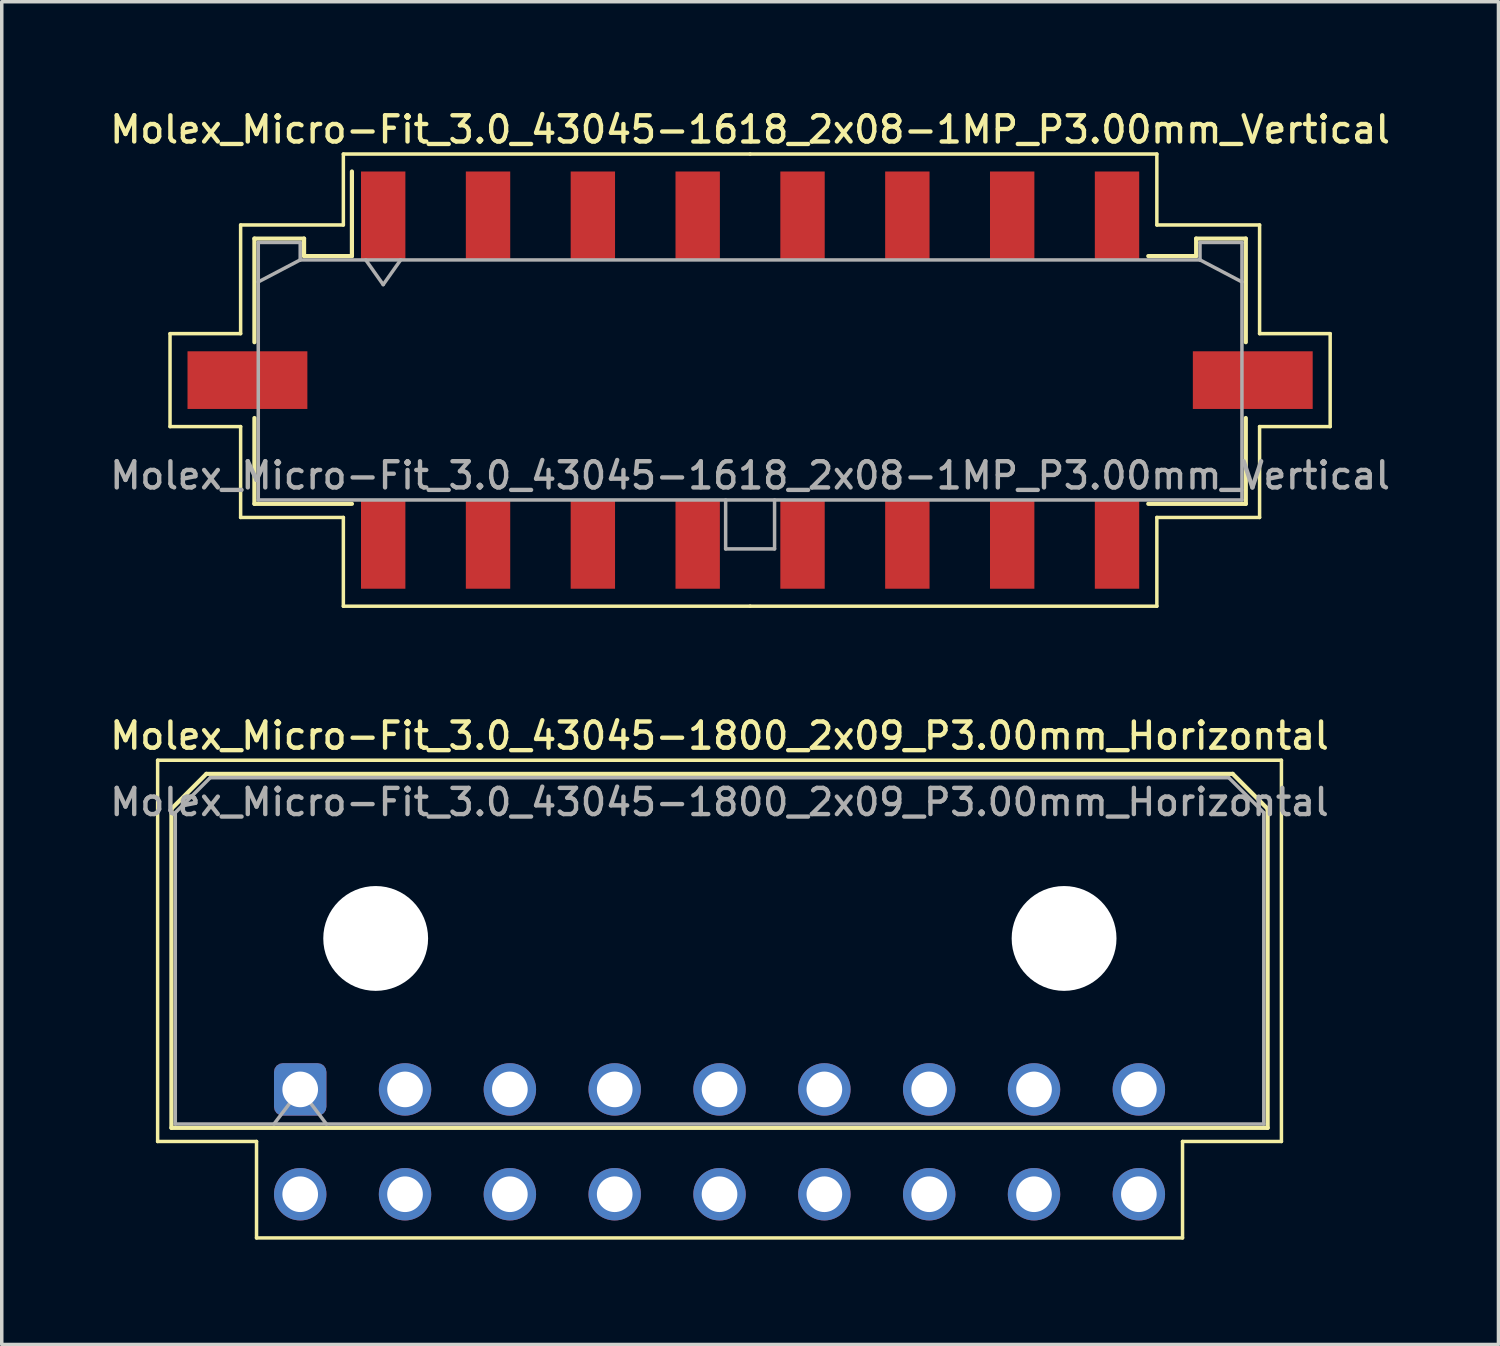
<source format=kicad_pcb>
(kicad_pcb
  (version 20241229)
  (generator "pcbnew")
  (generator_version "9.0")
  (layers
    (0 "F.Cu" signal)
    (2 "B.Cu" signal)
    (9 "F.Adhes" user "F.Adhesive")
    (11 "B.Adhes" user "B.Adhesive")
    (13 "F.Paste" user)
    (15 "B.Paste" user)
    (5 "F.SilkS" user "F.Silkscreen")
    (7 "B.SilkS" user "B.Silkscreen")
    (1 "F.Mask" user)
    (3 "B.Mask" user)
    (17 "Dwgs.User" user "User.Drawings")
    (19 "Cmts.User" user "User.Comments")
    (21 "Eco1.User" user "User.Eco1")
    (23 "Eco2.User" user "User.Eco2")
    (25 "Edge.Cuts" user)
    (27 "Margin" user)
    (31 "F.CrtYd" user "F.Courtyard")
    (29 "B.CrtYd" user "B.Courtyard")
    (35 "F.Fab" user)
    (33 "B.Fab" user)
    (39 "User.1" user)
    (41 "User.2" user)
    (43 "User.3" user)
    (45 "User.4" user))
  (footprint "Molex_Micro-Fit_3.0_43045-1800_2x09_P3.00mm_Horizontal"
    (layer "F.Cu")
    (at 5.541 28.126)
    (property "Reference" "Molex_Micro-Fit_3.0_43045-1800_2x09_P3.00mm_Horizontal" (at 12 -10.12 0) (layer "F.SilkS") (effects (font (size 0.75 0.75) (thickness 0.125))))
    (attr through_hole)
    (fp_line (start -4.08 -9.42) (end 28.08 -9.42) (stroke (width 0.1) (type solid)) (layer "F.SilkS"))
    (fp_line (start -4.08 1.49) (end -4.08 -9.42) (stroke (width 0.1) (type solid)) (layer "F.SilkS"))
    (fp_line (start -3.685 -8.03) (end -2.685 -9.03) (stroke (width 0.12) (type solid)) (layer "F.SilkS"))
    (fp_line (start -3.685 1.1) (end -3.685 -8.03) (stroke (width 0.12) (type solid)) (layer "F.SilkS"))
    (fp_line (start -2.685 -9.03) (end 26.685 -9.03) (stroke (width 0.12) (type solid)) (layer "F.SilkS"))
    (fp_line (start -1.25 1.49) (end -4.08 1.49) (stroke (width 0.1) (type solid)) (layer "F.SilkS"))
    (fp_line (start -1.25 4.25) (end -1.25 1.49) (stroke (width 0.1) (type solid)) (layer "F.SilkS"))
    (fp_line (start 25.25 1.49) (end 25.25 4.25) (stroke (width 0.1) (type solid)) (layer "F.SilkS"))
    (fp_line (start 25.25 4.25) (end -1.25 4.25) (stroke (width 0.1) (type solid)) (layer "F.SilkS"))
    (fp_line (start 26.685 -9.03) (end 27.685 -8.03) (stroke (width 0.12) (type solid)) (layer "F.SilkS"))
    (fp_line (start 27.685 -8.03) (end 27.685 1.1) (stroke (width 0.12) (type solid)) (layer "F.SilkS"))
    (fp_line (start 27.685 1.1) (end -3.685 1.1) (stroke (width 0.12) (type solid)) (layer "F.SilkS"))
    (fp_line (start 28.08 -9.42) (end 28.08 1.49) (stroke (width 0.1) (type solid)) (layer "F.SilkS"))
    (fp_line (start 28.08 1.49) (end 25.25 1.49) (stroke (width 0.1) (type solid)) (layer "F.SilkS"))
    (fp_line (start -3.575 -7.92) (end -2.575 -8.92) (stroke (width 0.1) (type solid)) (layer "F.Fab"))
    (fp_line (start -3.575 0.99) (end -3.575 -7.92) (stroke (width 0.1) (type solid)) (layer "F.Fab"))
    (fp_line (start -2.575 -8.92) (end 26.575 -8.92) (stroke (width 0.1) (type solid)) (layer "F.Fab"))
    (fp_line (start -0.75 0.99) (end 0 0) (stroke (width 0.1) (type solid)) (layer "F.Fab"))
    (fp_line (start 0 0) (end 0.75 0.99) (stroke (width 0.1) (type solid)) (layer "F.Fab"))
    (fp_line (start 26.575 -8.92) (end 27.575 -7.92) (stroke (width 0.1) (type solid)) (layer "F.Fab"))
    (fp_line (start 27.575 -7.92) (end 27.575 0.99) (stroke (width 0.1) (type solid)) (layer "F.Fab"))
    (fp_line (start 27.575 0.99) (end -3.575 0.99) (stroke (width 0.1) (type solid)) (layer "F.Fab"))
    (fp_text user "${REFERENCE}" (at 12 -8.22 0) (layer "F.Fab") (effects (font (size 0.75 0.75) (thickness 0.125))))
    (pad "" np_thru_hole circle (at 2.16 -4.32) (size 3 3) (drill 3) (layers "*.Cu" "*.Mask"))
    (pad "" np_thru_hole circle (at 21.86 -4.32) (size 3 3) (drill 3) (layers "*.Cu" "*.Mask"))
    (pad "1" thru_hole roundrect (at 0 0) (size 1.5 1.5) (drill 1.02) (layers "*.Cu" "*.Mask") (roundrect_rratio 0.167))
    (pad "2" thru_hole circle (at 3 0) (size 1.5 1.5) (drill 1.02) (layers "*.Cu" "*.Mask"))
    (pad "3" thru_hole circle (at 6 0) (size 1.5 1.5) (drill 1.02) (layers "*.Cu" "*.Mask"))
    (pad "4" thru_hole circle (at 9 0) (size 1.5 1.5) (drill 1.02) (layers "*.Cu" "*.Mask"))
    (pad "5" thru_hole circle (at 12 0) (size 1.5 1.5) (drill 1.02) (layers "*.Cu" "*.Mask"))
    (pad "6" thru_hole circle (at 15 0) (size 1.5 1.5) (drill 1.02) (layers "*.Cu" "*.Mask"))
    (pad "7" thru_hole circle (at 18 0) (size 1.5 1.5) (drill 1.02) (layers "*.Cu" "*.Mask"))
    (pad "8" thru_hole circle (at 21 0) (size 1.5 1.5) (drill 1.02) (layers "*.Cu" "*.Mask"))
    (pad "9" thru_hole circle (at 24 0) (size 1.5 1.5) (drill 1.02) (layers "*.Cu" "*.Mask"))
    (pad "10" thru_hole circle (at 0 3) (size 1.5 1.5) (drill 1.02) (layers "*.Cu" "*.Mask"))
    (pad "11" thru_hole circle (at 3 3) (size 1.5 1.5) (drill 1.02) (layers "*.Cu" "*.Mask"))
    (pad "12" thru_hole circle (at 6 3) (size 1.5 1.5) (drill 1.02) (layers "*.Cu" "*.Mask"))
    (pad "13" thru_hole circle (at 9 3) (size 1.5 1.5) (drill 1.02) (layers "*.Cu" "*.Mask"))
    (pad "14" thru_hole circle (at 12 3) (size 1.5 1.5) (drill 1.02) (layers "*.Cu" "*.Mask"))
    (pad "15" thru_hole circle (at 15 3) (size 1.5 1.5) (drill 1.02) (layers "*.Cu" "*.Mask"))
    (pad "16" thru_hole circle (at 18 3) (size 1.5 1.5) (drill 1.02) (layers "*.Cu" "*.Mask"))
    (pad "17" thru_hole circle (at 21 3) (size 1.5 1.5) (drill 1.02) (layers "*.Cu" "*.Mask"))
    (pad "18" thru_hole circle (at 24 3) (size 1.5 1.5) (drill 1.02) (layers "*.Cu" "*.Mask")))
  (footprint "Molex_Micro-Fit_3.0_43045-1618_2x08-1MP_P3.00mm_Vertical"
    (layer "F.Cu")
    (at 18.416 7.828)
    (property "Reference" "Molex_Micro-Fit_3.0_43045-1618_2x08-1MP_P3.00mm_Vertical" (at 0 -7.17 0) (layer "F.SilkS") (effects (font (size 0.75 0.75) (thickness 0.125))))
    (attr smd)
    (fp_line (start -16.6 -1.33) (end -16.6 1.33) (stroke (width 0.1) (type solid)) (layer "F.SilkS"))
    (fp_line (start -16.6 1.33) (end -14.58 1.33) (stroke (width 0.1) (type solid)) (layer "F.SilkS"))
    (fp_line (start -14.58 -4.44) (end -14.58 -1.33) (stroke (width 0.1) (type solid)) (layer "F.SilkS"))
    (fp_line (start -14.58 -1.33) (end -16.6 -1.33) (stroke (width 0.1) (type solid)) (layer "F.SilkS"))
    (fp_line (start -14.58 1.33) (end -14.58 3.93) (stroke (width 0.1) (type solid)) (layer "F.SilkS"))
    (fp_line (start -14.58 3.93) (end -11.64 3.93) (stroke (width 0.1) (type solid)) (layer "F.SilkS"))
    (fp_line (start -14.185 -4.05) (end -12.765 -4.05) (stroke (width 0.12) (type solid)) (layer "F.SilkS"))
    (fp_line (start -14.185 -1.085) (end -14.185 -4.05) (stroke (width 0.12) (type solid)) (layer "F.SilkS"))
    (fp_line (start -14.185 1.085) (end -14.185 3.54) (stroke (width 0.12) (type solid)) (layer "F.SilkS"))
    (fp_line (start -14.185 3.54) (end -11.395 3.54) (stroke (width 0.12) (type solid)) (layer "F.SilkS"))
    (fp_line (start -12.765 -4.05) (end -12.765 -3.55) (stroke (width 0.12) (type solid)) (layer "F.SilkS"))
    (fp_line (start -12.765 -3.55) (end -11.395 -3.55) (stroke (width 0.12) (type solid)) (layer "F.SilkS"))
    (fp_line (start -11.64 -6.47) (end -11.64 -4.44) (stroke (width 0.1) (type solid)) (layer "F.SilkS"))
    (fp_line (start -11.64 -4.44) (end -14.58 -4.44) (stroke (width 0.1) (type solid)) (layer "F.SilkS"))
    (fp_line (start -11.64 3.93) (end -11.64 6.47) (stroke (width 0.1) (type solid)) (layer "F.SilkS"))
    (fp_line (start -11.64 6.47) (end 0 6.47) (stroke (width 0.1) (type solid)) (layer "F.SilkS"))
    (fp_line (start -11.395 -3.55) (end -11.395 -5.97) (stroke (width 0.12) (type solid)) (layer "F.SilkS"))
    (fp_line (start 0 -6.47) (end -11.64 -6.47) (stroke (width 0.1) (type solid)) (layer "F.SilkS"))
    (fp_line (start 0 -6.47) (end 11.64 -6.47) (stroke (width 0.1) (type solid)) (layer "F.SilkS"))
    (fp_line (start 11.64 -6.47) (end 11.64 -4.44) (stroke (width 0.1) (type solid)) (layer "F.SilkS"))
    (fp_line (start 11.64 -4.44) (end 14.58 -4.44) (stroke (width 0.1) (type solid)) (layer "F.SilkS"))
    (fp_line (start 11.64 3.93) (end 11.64 6.47) (stroke (width 0.1) (type solid)) (layer "F.SilkS"))
    (fp_line (start 11.64 6.47) (end 0 6.47) (stroke (width 0.1) (type solid)) (layer "F.SilkS"))
    (fp_line (start 12.765 -4.05) (end 12.765 -3.55) (stroke (width 0.12) (type solid)) (layer "F.SilkS"))
    (fp_line (start 12.765 -3.55) (end 11.395 -3.55) (stroke (width 0.12) (type solid)) (layer "F.SilkS"))
    (fp_line (start 14.185 -4.05) (end 12.765 -4.05) (stroke (width 0.12) (type solid)) (layer "F.SilkS"))
    (fp_line (start 14.185 -1.085) (end 14.185 -4.05) (stroke (width 0.12) (type solid)) (layer "F.SilkS"))
    (fp_line (start 14.185 1.085) (end 14.185 3.54) (stroke (width 0.12) (type solid)) (layer "F.SilkS"))
    (fp_line (start 14.185 3.54) (end 11.395 3.54) (stroke (width 0.12) (type solid)) (layer "F.SilkS"))
    (fp_line (start 14.58 -4.44) (end 14.58 -1.33) (stroke (width 0.1) (type solid)) (layer "F.SilkS"))
    (fp_line (start 14.58 -1.33) (end 16.6 -1.33) (stroke (width 0.1) (type solid)) (layer "F.SilkS"))
    (fp_line (start 14.58 1.33) (end 14.58 3.93) (stroke (width 0.1) (type solid)) (layer "F.SilkS"))
    (fp_line (start 14.58 3.93) (end 11.64 3.93) (stroke (width 0.1) (type solid)) (layer "F.SilkS"))
    (fp_line (start 16.6 -1.33) (end 16.6 1.33) (stroke (width 0.1) (type solid)) (layer "F.SilkS"))
    (fp_line (start 16.6 1.33) (end 14.58 1.33) (stroke (width 0.1) (type solid)) (layer "F.SilkS"))
    (fp_line (start -14.075 -3.94) (end -14.075 3.43) (stroke (width 0.1) (type solid)) (layer "F.Fab"))
    (fp_line (start -14.075 -2.81) (end -12.875 -3.44) (stroke (width 0.1) (type solid)) (layer "F.Fab"))
    (fp_line (start -14.075 3.43) (end 14.075 3.43) (stroke (width 0.1) (type solid)) (layer "F.Fab"))
    (fp_line (start -12.875 -3.94) (end -14.075 -3.94) (stroke (width 0.1) (type solid)) (layer "F.Fab"))
    (fp_line (start -12.875 -3.44) (end -12.875 -3.94) (stroke (width 0.1) (type solid)) (layer "F.Fab"))
    (fp_line (start -11 -3.44) (end -10.5 -2.733) (stroke (width 0.1) (type solid)) (layer "F.Fab"))
    (fp_line (start -10.5 -2.733) (end -10 -3.44) (stroke (width 0.1) (type solid)) (layer "F.Fab"))
    (fp_line (start -0.7 3.43) (end -0.7 4.83) (stroke (width 0.1) (type solid)) (layer "F.Fab"))
    (fp_line (start -0.7 4.83) (end 0.7 4.83) (stroke (width 0.1) (type solid)) (layer "F.Fab"))
    (fp_line (start 0.7 4.83) (end 0.7 3.43) (stroke (width 0.1) (type solid)) (layer "F.Fab"))
    (fp_line (start 12.875 -3.94) (end 12.875 -3.44) (stroke (width 0.1) (type solid)) (layer "F.Fab"))
    (fp_line (start 12.875 -3.44) (end -12.875 -3.44) (stroke (width 0.1) (type solid)) (layer "F.Fab"))
    (fp_line (start 14.075 -3.94) (end 12.875 -3.94) (stroke (width 0.1) (type solid)) (layer "F.Fab"))
    (fp_line (start 14.075 -2.81) (end 12.875 -3.44) (stroke (width 0.1) (type solid)) (layer "F.Fab"))
    (fp_line (start 14.075 3.43) (end 14.075 -3.94) (stroke (width 0.1) (type solid)) (layer "F.Fab"))
    (fp_text user "${REFERENCE}" (at 0 2.73 0) (layer "F.Fab") (effects (font (size 0.75 0.75) (thickness 0.125))))
    (pad "1" smd rect (at -10.5 -4.7) (size 1.27 2.54) (layers "F.Cu" "F.Mask" "F.Paste"))
    (pad "2" smd rect (at -7.5 -4.7) (size 1.27 2.54) (layers "F.Cu" "F.Mask" "F.Paste"))
    (pad "3" smd rect (at -4.5 -4.7) (size 1.27 2.54) (layers "F.Cu" "F.Mask" "F.Paste"))
    (pad "4" smd rect (at -1.5 -4.7) (size 1.27 2.54) (layers "F.Cu" "F.Mask" "F.Paste"))
    (pad "5" smd rect (at 1.5 -4.7) (size 1.27 2.54) (layers "F.Cu" "F.Mask" "F.Paste"))
    (pad "6" smd rect (at 4.5 -4.7) (size 1.27 2.54) (layers "F.Cu" "F.Mask" "F.Paste"))
    (pad "7" smd rect (at 7.5 -4.7) (size 1.27 2.54) (layers "F.Cu" "F.Mask" "F.Paste"))
    (pad "8" smd rect (at 10.5 -4.7) (size 1.27 2.54) (layers "F.Cu" "F.Mask" "F.Paste"))
    (pad "9" smd rect (at -10.5 4.7) (size 1.27 2.54) (layers "F.Cu" "F.Mask" "F.Paste"))
    (pad "10" smd rect (at -7.5 4.7) (size 1.27 2.54) (layers "F.Cu" "F.Mask" "F.Paste"))
    (pad "11" smd rect (at -4.5 4.7) (size 1.27 2.54) (layers "F.Cu" "F.Mask" "F.Paste"))
    (pad "12" smd rect (at -1.5 4.7) (size 1.27 2.54) (layers "F.Cu" "F.Mask" "F.Paste"))
    (pad "13" smd rect (at 1.5 4.7) (size 1.27 2.54) (layers "F.Cu" "F.Mask" "F.Paste"))
    (pad "14" smd rect (at 4.5 4.7) (size 1.27 2.54) (layers "F.Cu" "F.Mask" "F.Paste"))
    (pad "15" smd rect (at 7.5 4.7) (size 1.27 2.54) (layers "F.Cu" "F.Mask" "F.Paste"))
    (pad "16" smd rect (at 10.5 4.7) (size 1.27 2.54) (layers "F.Cu" "F.Mask" "F.Paste"))
    (pad "MP" smd rect (at -14.385 0) (size 3.43 1.65) (layers "F.Cu" "F.Mask" "F.Paste"))
    (pad "MP" smd rect (at 14.385 0) (size 3.43 1.65) (layers "F.Cu" "F.Mask" "F.Paste")))
  (gr_rect
    (start -3 -3)
    (end 39.832 35.426)
    (stroke (width 0.1) (type default))
    (fill no)
    (layer "Edge.Cuts")))
</source>
